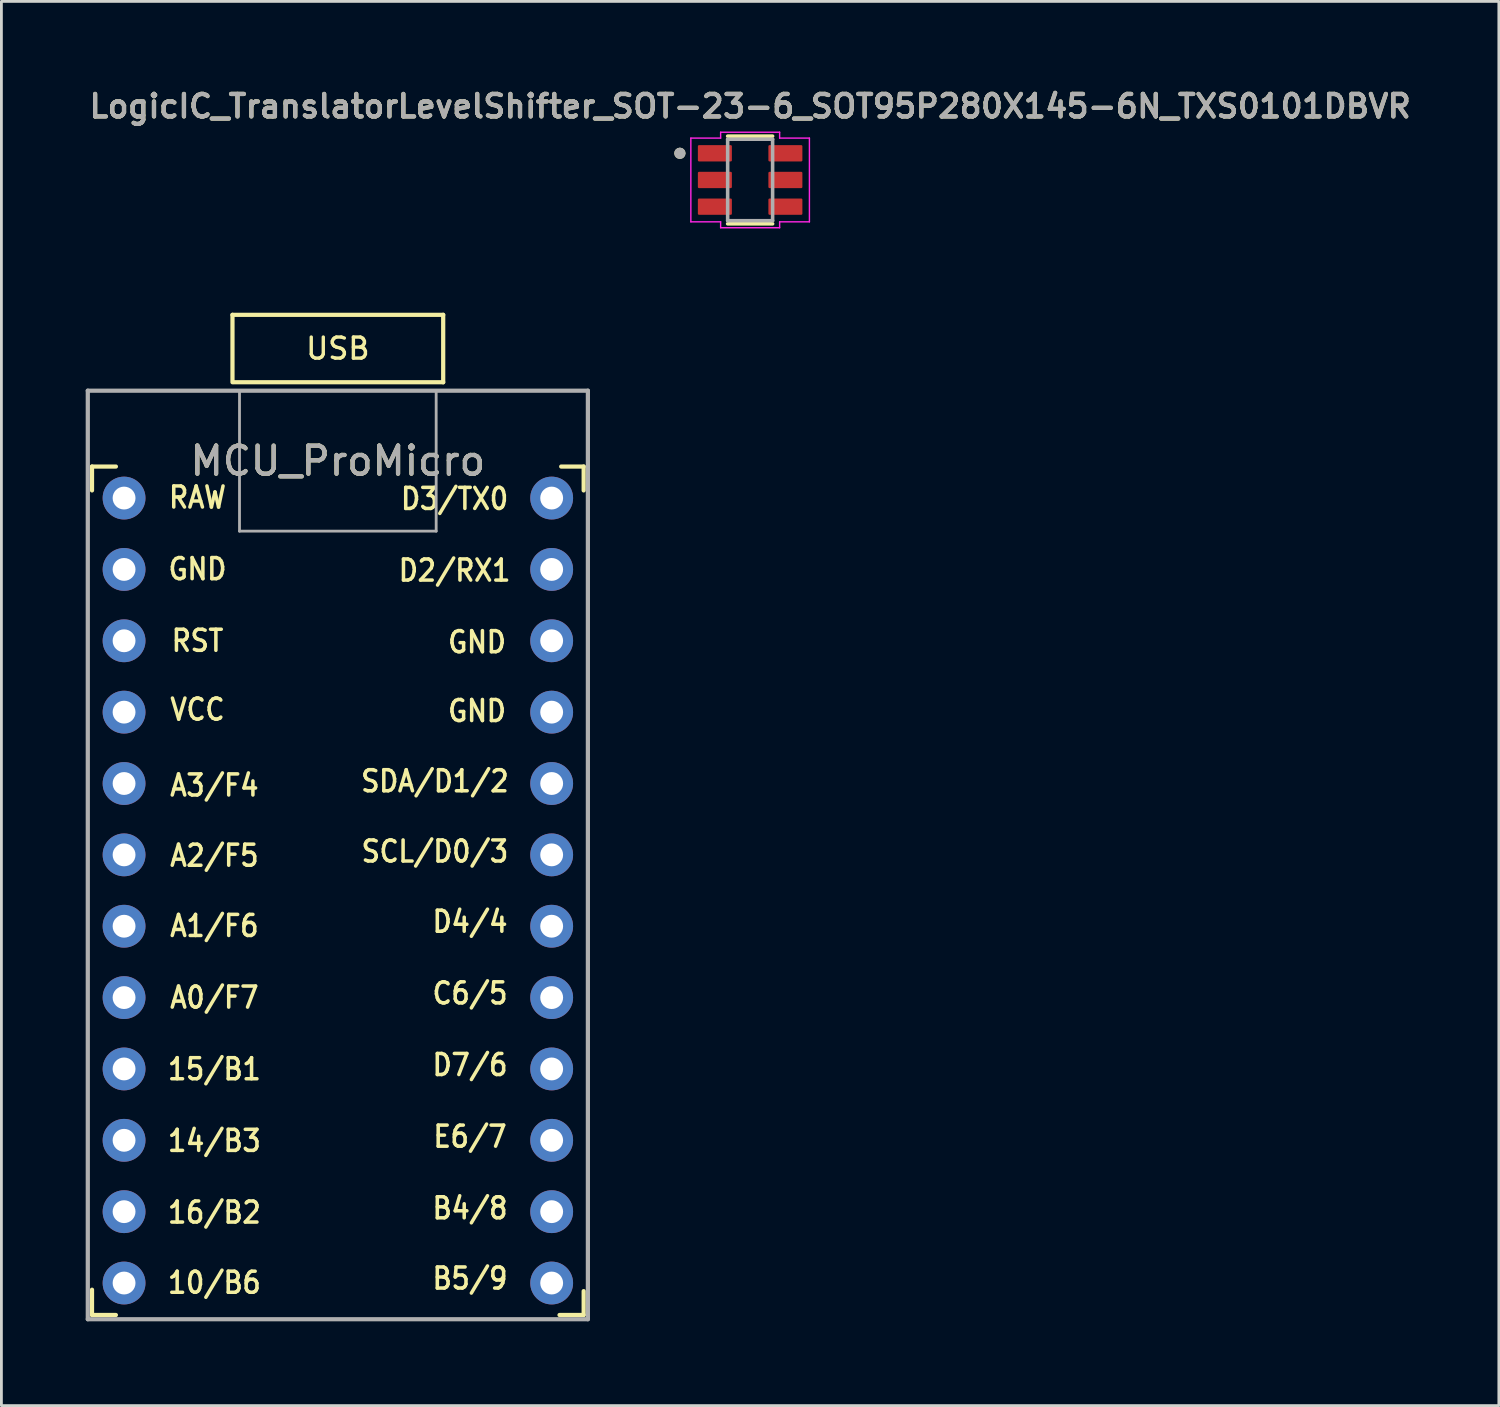
<source format=kicad_pcb>
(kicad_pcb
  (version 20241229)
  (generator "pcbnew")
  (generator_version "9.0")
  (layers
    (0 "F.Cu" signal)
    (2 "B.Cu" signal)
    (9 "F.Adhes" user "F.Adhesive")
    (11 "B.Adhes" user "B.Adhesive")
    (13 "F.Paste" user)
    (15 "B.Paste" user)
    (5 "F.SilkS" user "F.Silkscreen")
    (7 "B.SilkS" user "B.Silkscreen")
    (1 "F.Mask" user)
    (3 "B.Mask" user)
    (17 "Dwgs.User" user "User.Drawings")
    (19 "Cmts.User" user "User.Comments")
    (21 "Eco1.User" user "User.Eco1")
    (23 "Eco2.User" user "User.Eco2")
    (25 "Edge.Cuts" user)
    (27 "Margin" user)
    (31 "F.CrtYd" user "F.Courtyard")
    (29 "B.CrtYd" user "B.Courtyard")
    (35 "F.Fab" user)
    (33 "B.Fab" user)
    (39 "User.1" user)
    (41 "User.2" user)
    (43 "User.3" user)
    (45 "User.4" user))
  (footprint "LogicIC_TranslatorLevelShifter_SOT-23-6_SOT95P280X145-6N_TXS0101DBVR"
    (layer "F.Cu")
    (at 23.65 3.356)
    (property "Reference" "LogicIC_TranslatorLevelShifter_SOT-23-6_SOT95P280X145-6N_TXS0101DBVR" (at 0 -2.625 0) (layer "F.SilkS") (effects (font (size 0.8 0.8) (thickness 0.15))))
    (attr smd)
    (fp_line (start -0.8 1.56) (end 0.8 1.56) (stroke (width 0.127) (type solid)) (layer "F.SilkS"))
    (fp_line (start 0.8 -1.56) (end -0.8 -1.56) (stroke (width 0.127) (type solid)) (layer "F.SilkS"))
    (fp_circle (center -2.5 -0.95) (end -2.4 -0.95) (stroke (width 0.2) (type solid)) (fill no) (layer "F.SilkS"))
    (fp_line (start -2.11 -1.49) (end -2.11 1.49) (stroke (width 0.05) (type solid)) (layer "F.CrtYd"))
    (fp_line (start -2.11 -1.49) (end -1.05 -1.49) (stroke (width 0.05) (type solid)) (layer "F.CrtYd"))
    (fp_line (start -2.11 1.49) (end -1.05 1.49) (stroke (width 0.05) (type solid)) (layer "F.CrtYd"))
    (fp_line (start -1.05 -1.49) (end -1.05 -1.7) (stroke (width 0.05) (type solid)) (layer "F.CrtYd"))
    (fp_line (start -1.05 1.49) (end -1.05 1.7) (stroke (width 0.05) (type solid)) (layer "F.CrtYd"))
    (fp_line (start -1.05 1.7) (end 1.05 1.7) (stroke (width 0.05) (type solid)) (layer "F.CrtYd"))
    (fp_line (start 1.05 -1.7) (end -1.05 -1.7) (stroke (width 0.05) (type solid)) (layer "F.CrtYd"))
    (fp_line (start 1.05 -1.49) (end 1.05 -1.7) (stroke (width 0.05) (type solid)) (layer "F.CrtYd"))
    (fp_line (start 1.05 1.49) (end 1.05 1.7) (stroke (width 0.05) (type solid)) (layer "F.CrtYd"))
    (fp_line (start 2.11 -1.49) (end 1.05 -1.49) (stroke (width 0.05) (type solid)) (layer "F.CrtYd"))
    (fp_line (start 2.11 1.49) (end 1.05 1.49) (stroke (width 0.05) (type solid)) (layer "F.CrtYd"))
    (fp_line (start 2.11 1.49) (end 2.11 -1.49) (stroke (width 0.05) (type solid)) (layer "F.CrtYd"))
    (fp_line (start -0.8 -1.45) (end -0.8 1.45) (stroke (width 0.127) (type solid)) (layer "F.Fab"))
    (fp_line (start -0.8 1.45) (end 0.8 1.45) (stroke (width 0.127) (type solid)) (layer "F.Fab"))
    (fp_line (start 0.8 -1.45) (end -0.8 -1.45) (stroke (width 0.127) (type solid)) (layer "F.Fab"))
    (fp_line (start 0.8 1.45) (end 0.8 -1.45) (stroke (width 0.127) (type solid)) (layer "F.Fab"))
    (fp_circle (center -2.5 -0.95) (end -2.4 -0.95) (stroke (width 0.2) (type solid)) (fill no) (layer "F.Fab"))
    (fp_text user "${REFERENCE}" (at 0 -2.625 0) (layer "F.Fab") (effects (font (size 0.8 0.8) (thickness 0.15))))
    (pad "1" smd roundrect (at -1.255 -0.95) (size 1.21 0.58) (layers "F.Cu" "F.Mask" "F.Paste") (roundrect_rratio 0.07))
    (pad "2" smd roundrect (at -1.255 0) (size 1.21 0.58) (layers "F.Cu" "F.Mask" "F.Paste") (roundrect_rratio 0.07))
    (pad "3" smd roundrect (at -1.255 0.95) (size 1.21 0.58) (layers "F.Cu" "F.Mask" "F.Paste") (roundrect_rratio 0.07))
    (pad "4" smd roundrect (at 1.255 0.95) (size 1.21 0.58) (layers "F.Cu" "F.Mask" "F.Paste") (roundrect_rratio 0.07))
    (pad "5" smd roundrect (at 1.255 0) (size 1.21 0.58) (layers "F.Cu" "F.Mask" "F.Paste") (roundrect_rratio 0.07))
    (pad "6" smd roundrect (at 1.255 -0.95) (size 1.21 0.58) (layers "F.Cu" "F.Mask" "F.Paste") (roundrect_rratio 0.07)))
  (footprint "MCU_ProMicro"
    (layer "F.Cu")
    (at 8.975 29.156)
    (property "Reference" "MCU_ProMicro" (at 0 -15.8 0) (layer "F.SilkS") (effects (font (size 1 1) (thickness 0.15))))
    (attr through_hole)
    (fp_line (start -8.75 -15.6) (end -8.75 -14.75) (stroke (width 0.15) (type solid)) (layer "F.SilkS"))
    (fp_line (start -8.75 -15.6) (end -7.9 -15.6) (stroke (width 0.15) (type solid)) (layer "F.SilkS"))
    (fp_line (start -8.75 13.7) (end -8.75 14.6) (stroke (width 0.15) (type solid)) (layer "F.SilkS"))
    (fp_line (start -8.75 14.6) (end -7.9 14.6) (stroke (width 0.15) (type solid)) (layer "F.SilkS"))
    (fp_line (start -3.75 -21) (end -3.75 -18.6) (stroke (width 0.15) (type solid)) (layer "F.SilkS"))
    (fp_line (start -3.7 -18.6) (end 3.75 -18.6) (stroke (width 0.15) (type solid)) (layer "F.SilkS"))
    (fp_line (start 3.75 -21) (end -3.75 -21) (stroke (width 0.15) (type solid)) (layer "F.SilkS"))
    (fp_line (start 3.75 -18.6) (end 3.75 -21) (stroke (width 0.15) (type solid)) (layer "F.SilkS"))
    (fp_line (start 8.75 -15.6) (end 7.95 -15.6) (stroke (width 0.15) (type solid)) (layer "F.SilkS"))
    (fp_line (start 8.75 -15.6) (end 8.75 -14.75) (stroke (width 0.15) (type solid)) (layer "F.SilkS"))
    (fp_line (start 8.75 13.75) (end 8.75 14.6) (stroke (width 0.15) (type solid)) (layer "F.SilkS"))
    (fp_line (start 8.75 14.6) (end 7.89 14.6) (stroke (width 0.15) (type solid)) (layer "F.SilkS"))
    (fp_line (start -8.9 -18.3) (end 8.9 -18.3) (stroke (width 0.15) (type solid)) (layer "F.Fab"))
    (fp_line (start -8.9 14.75) (end -8.9 -18.3) (stroke (width 0.15) (type solid)) (layer "F.Fab"))
    (fp_line (start -3.5 -13.3) (end -3.5 -18.3) (stroke (width 0.1) (type solid)) (layer "F.Fab"))
    (fp_line (start 3.5 -18.3) (end 3.5 -13.3) (stroke (width 0.1) (type solid)) (layer "F.Fab"))
    (fp_line (start 3.5 -13.3) (end -3.5 -13.3) (stroke (width 0.1) (type solid)) (layer "F.Fab"))
    (fp_line (start 8.9 -18.3) (end 8.9 14.75) (stroke (width 0.15) (type solid)) (layer "F.Fab"))
    (fp_line (start 8.9 14.75) (end -8.9 14.75) (stroke (width 0.15) (type solid)) (layer "F.Fab"))
    (fp_text user "D7/6" (at 4.705 5.7 0) (unlocked yes) (layer "F.SilkS") (effects (font (size 0.75 0.67) (thickness 0.125))))
    (fp_text user "A2/F5" (at -4.395 -1.75 0) (unlocked yes) (layer "F.SilkS") (effects (font (size 0.75 0.67) (thickness 0.125))))
    (fp_text user "14/B3" (at -4.395 8.4 0) (unlocked yes) (layer "F.SilkS") (effects (font (size 0.75 0.67) (thickness 0.125))))
    (fp_text user "USB" (at 0 -19.8 0) (layer "F.SilkS") (effects (font (size 0.75 0.75) (thickness 0.12))))
    (fp_text user "A0/F7" (at -4.395 3.3 0) (unlocked yes) (layer "F.SilkS") (effects (font (size 0.75 0.67) (thickness 0.125))))
    (fp_text user "B5/9" (at 4.705 13.3 0) (unlocked yes) (layer "F.SilkS") (effects (font (size 0.75 0.67) (thickness 0.125))))
    (fp_text user "GND" (at 4.955 -9.35 0) (unlocked yes) (layer "F.SilkS") (effects (font (size 0.75 0.67) (thickness 0.125))))
    (fp_text user "C6/5" (at 4.705 3.15 0) (unlocked yes) (layer "F.SilkS") (effects (font (size 0.75 0.67) (thickness 0.125))))
    (fp_text user "RST" (at -4.995 -9.4 0) (unlocked yes) (layer "F.SilkS") (effects (font (size 0.75 0.67) (thickness 0.125))))
    (fp_text user "E6/7" (at 4.705 8.25 0) (unlocked yes) (layer "F.SilkS") (effects (font (size 0.75 0.67) (thickness 0.125))))
    (fp_text user "VCC" (at -4.995 -6.95 0) (unlocked yes) (layer "F.SilkS") (effects (font (size 0.75 0.67) (thickness 0.125))))
    (fp_text user "RAW" (at -4.995 -14.5 0) (unlocked yes) (layer "F.SilkS") (effects (font (size 0.75 0.67) (thickness 0.125))))
    (fp_text user "15/B1" (at -4.395 5.85 0) (unlocked yes) (layer "F.SilkS") (effects (font (size 0.75 0.67) (thickness 0.125))))
    (fp_text user "GND" (at -4.995 -11.95 0) (unlocked yes) (layer "F.SilkS") (effects (font (size 0.75 0.67) (thickness 0.125))))
    (fp_text user "A3/F4" (at -4.395 -4.25 0) (unlocked yes) (layer "F.SilkS") (effects (font (size 0.75 0.67) (thickness 0.125))))
    (fp_text user "D4/4" (at 4.705 0.6 0) (unlocked yes) (layer "F.SilkS") (effects (font (size 0.75 0.67) (thickness 0.125))))
    (fp_text user "A1/F6" (at -4.395 0.75 0) (unlocked yes) (layer "F.SilkS") (effects (font (size 0.75 0.67) (thickness 0.125))))
    (fp_text user "D2/RX1" (at 4.155 -11.9 0) (unlocked yes) (layer "F.SilkS") (effects (font (size 0.75 0.67) (thickness 0.125))))
    (fp_text user "SDA/D1/2" (at 3.455 -4.4 0) (unlocked yes) (layer "F.SilkS") (effects (font (size 0.75 0.67) (thickness 0.125))))
    (fp_text user "16/B2" (at -4.395 10.95 0) (unlocked yes) (layer "F.SilkS") (effects (font (size 0.75 0.67) (thickness 0.125))))
    (fp_text user "10/B6" (at -4.395 13.45 0) (unlocked yes) (layer "F.SilkS") (effects (font (size 0.75 0.67) (thickness 0.125))))
    (fp_text user "GND" (at 4.955 -6.9 0) (unlocked yes) (layer "F.SilkS") (effects (font (size 0.75 0.67) (thickness 0.125))))
    (fp_text user "D3/TX0" (at 4.155 -14.45 0) (unlocked yes) (layer "F.SilkS") (effects (font (size 0.75 0.67) (thickness 0.125))))
    (fp_text user "B4/8" (at 4.705 10.8 0) (unlocked yes) (layer "F.SilkS") (effects (font (size 0.75 0.67) (thickness 0.125))))
    (fp_text user "SCL/D0/3" (at 3.455 -1.9 0) (unlocked yes) (layer "F.SilkS") (effects (font (size 0.75 0.67) (thickness 0.125))))
    (fp_text user "${REFERENCE}" (at 0 -15.8 180) (layer "F.Fab") (effects (font (size 1 1) (thickness 0.15))))
    (pad "1" thru_hole circle (at 7.611 -14.478) (size 1.524 1.524) (drill 0.813) (layers "*.Cu" "B.Mask"))
    (pad "2" thru_hole circle (at 7.611 -11.938) (size 1.524 1.524) (drill 0.813) (layers "*.Cu" "B.Mask"))
    (pad "3" thru_hole circle (at 7.611 -9.398) (size 1.524 1.524) (drill 0.813) (layers "*.Cu" "B.Mask"))
    (pad "4" thru_hole circle (at 7.611 -6.858) (size 1.524 1.524) (drill 0.813) (layers "*.Cu" "B.Mask"))
    (pad "5" thru_hole circle (at 7.611 -4.318) (size 1.524 1.524) (drill 0.813) (layers "*.Cu" "B.Mask"))
    (pad "6" thru_hole circle (at 7.611 -1.778) (size 1.524 1.524) (drill 0.813) (layers "*.Cu" "B.Mask"))
    (pad "7" thru_hole circle (at 7.611 0.762) (size 1.524 1.524) (drill 0.813) (layers "*.Cu" "B.Mask"))
    (pad "8" thru_hole circle (at 7.611 3.302) (size 1.524 1.524) (drill 0.813) (layers "*.Cu" "B.Mask"))
    (pad "9" thru_hole circle (at 7.611 5.842) (size 1.524 1.524) (drill 0.813) (layers "*.Cu" "B.Mask"))
    (pad "10" thru_hole circle (at 7.611 8.382) (size 1.524 1.524) (drill 0.813) (layers "*.Cu" "B.Mask"))
    (pad "11" thru_hole circle (at 7.611 10.922) (size 1.524 1.524) (drill 0.813) (layers "*.Cu" "B.Mask"))
    (pad "12" thru_hole circle (at 7.611 13.462) (size 1.524 1.524) (drill 0.813) (layers "*.Cu" "B.Mask"))
    (pad "13" thru_hole circle (at -7.609 13.462) (size 1.524 1.524) (drill 0.813) (layers "*.Cu" "B.Mask"))
    (pad "14" thru_hole circle (at -7.609 10.922) (size 1.524 1.524) (drill 0.813) (layers "*.Cu" "B.Mask"))
    (pad "15" thru_hole circle (at -7.609 8.382) (size 1.524 1.524) (drill 0.813) (layers "*.Cu" "B.Mask"))
    (pad "16" thru_hole circle (at -7.609 5.842) (size 1.524 1.524) (drill 0.813) (layers "*.Cu" "B.Mask"))
    (pad "17" thru_hole circle (at -7.609 3.302) (size 1.524 1.524) (drill 0.813) (layers "*.Cu" "B.Mask"))
    (pad "18" thru_hole circle (at -7.609 0.762) (size 1.524 1.524) (drill 0.813) (layers "*.Cu" "B.Mask"))
    (pad "19" thru_hole circle (at -7.609 -1.778) (size 1.524 1.524) (drill 0.813) (layers "*.Cu" "B.Mask"))
    (pad "20" thru_hole circle (at -7.609 -4.318) (size 1.524 1.524) (drill 0.813) (layers "*.Cu" "B.Mask"))
    (pad "21" thru_hole circle (at -7.609 -6.858) (size 1.524 1.524) (drill 0.813) (layers "*.Cu" "B.Mask"))
    (pad "22" thru_hole circle (at -7.609 -9.398) (size 1.524 1.524) (drill 0.813) (layers "*.Cu" "B.Mask"))
    (pad "23" thru_hole circle (at -7.609 -11.938) (size 1.524 1.524) (drill 0.813) (layers "*.Cu" "B.Mask"))
    (pad "24" thru_hole circle (at -7.609 -14.478) (size 1.524 1.524) (drill 0.813) (layers "*.Cu" "B.Mask")))
  (gr_rect
    (start -3 -3)
    (end 50.3 46.981)
    (stroke (width 0.1) (type default))
    (fill no)
    (layer "Edge.Cuts")))
</source>
